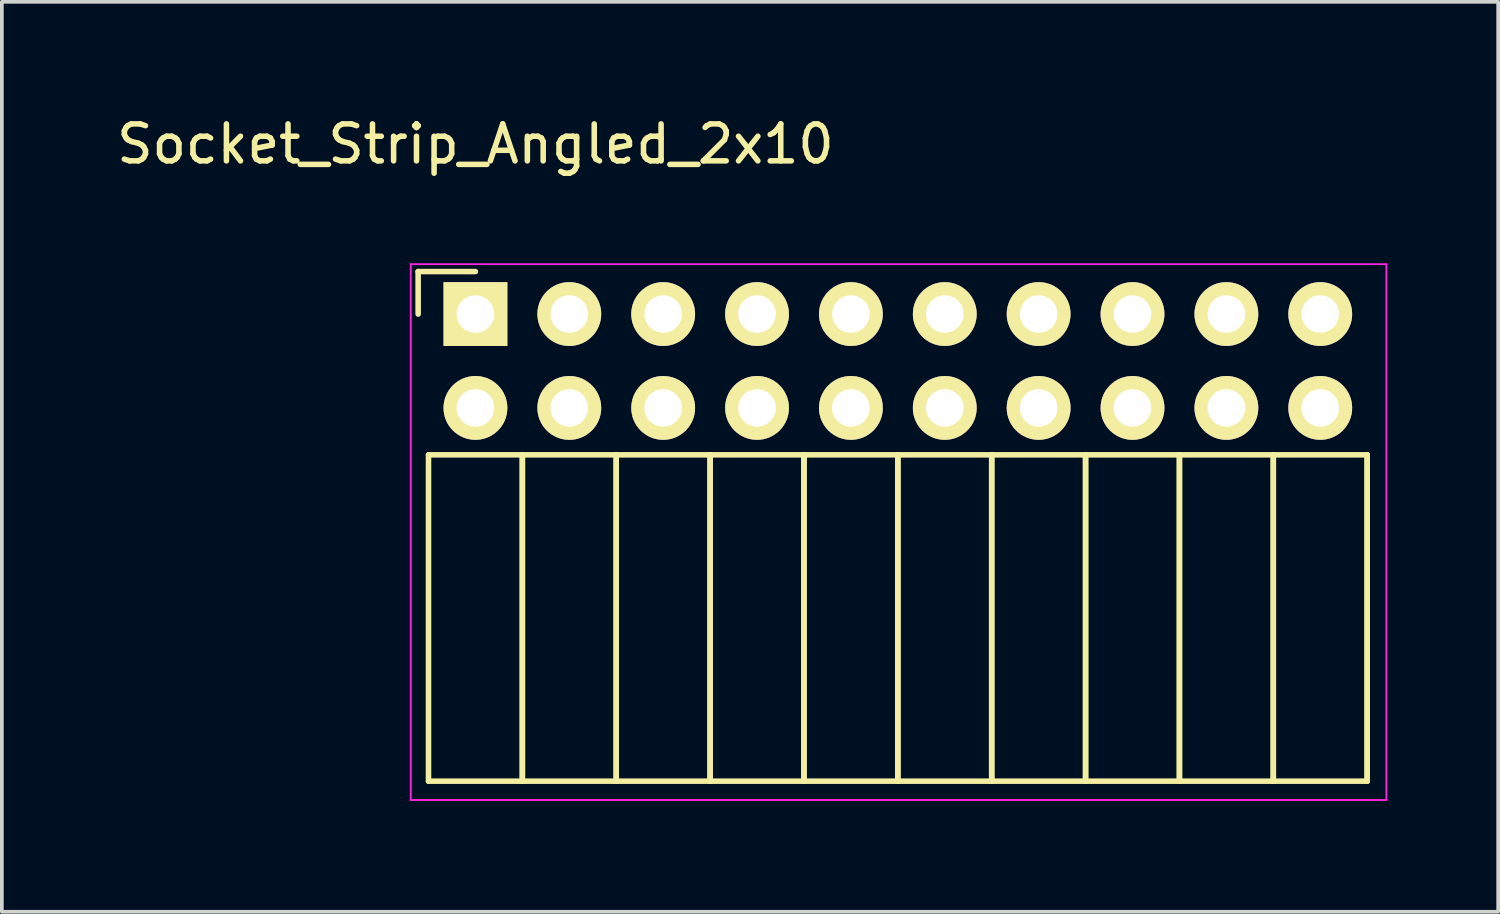
<source format=kicad_pcb>
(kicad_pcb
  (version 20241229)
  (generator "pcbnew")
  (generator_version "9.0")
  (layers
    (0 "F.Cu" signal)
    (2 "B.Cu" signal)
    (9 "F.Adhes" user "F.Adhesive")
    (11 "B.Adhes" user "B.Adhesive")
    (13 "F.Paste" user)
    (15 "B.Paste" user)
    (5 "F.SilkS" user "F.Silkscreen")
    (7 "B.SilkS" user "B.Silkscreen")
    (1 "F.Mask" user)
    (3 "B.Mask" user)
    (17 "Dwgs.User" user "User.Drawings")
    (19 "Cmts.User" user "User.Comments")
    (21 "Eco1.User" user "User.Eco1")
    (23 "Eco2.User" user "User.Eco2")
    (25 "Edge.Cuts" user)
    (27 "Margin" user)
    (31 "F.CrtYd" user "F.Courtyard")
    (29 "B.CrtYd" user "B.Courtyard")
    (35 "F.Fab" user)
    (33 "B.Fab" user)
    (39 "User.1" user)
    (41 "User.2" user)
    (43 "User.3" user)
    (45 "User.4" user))
  (footprint "Socket_Strip_Angled_2x10"
    (layer "F.Cu")
    (at 9.815 5.448)
    (property "Reference" "Socket_Strip_Angled_2x10" (at 0 -4.6 0) (layer "F.SilkS") (effects (font (size 1 1) (thickness 0.15))))
    (attr through_hole)
    (fp_line (start -1.55 -1.15) (end -1.55 0) (stroke (width 0.15) (type solid)) (layer "F.SilkS"))
    (fp_line (start -1.27 3.81) (end -1.27 12.64) (stroke (width 0.15) (type solid)) (layer "F.SilkS"))
    (fp_line (start -1.27 3.81) (end 1.27 3.81) (stroke (width 0.15) (type solid)) (layer "F.SilkS"))
    (fp_line (start -1.27 12.64) (end 1.27 12.64) (stroke (width 0.15) (type solid)) (layer "F.SilkS"))
    (fp_line (start 0 -1.15) (end -1.55 -1.15) (stroke (width 0.15) (type solid)) (layer "F.SilkS"))
    (fp_line (start 1.27 3.81) (end 1.27 12.64) (stroke (width 0.15) (type solid)) (layer "F.SilkS"))
    (fp_line (start 1.27 3.81) (end 3.81 3.81) (stroke (width 0.15) (type solid)) (layer "F.SilkS"))
    (fp_line (start 1.27 12.64) (end 1.27 3.81) (stroke (width 0.15) (type solid)) (layer "F.SilkS"))
    (fp_line (start 1.27 12.64) (end 3.81 12.64) (stroke (width 0.15) (type solid)) (layer "F.SilkS"))
    (fp_line (start 3.81 3.81) (end 3.81 12.64) (stroke (width 0.15) (type solid)) (layer "F.SilkS"))
    (fp_line (start 3.81 3.81) (end 6.35 3.81) (stroke (width 0.15) (type solid)) (layer "F.SilkS"))
    (fp_line (start 3.81 12.64) (end 3.81 3.81) (stroke (width 0.15) (type solid)) (layer "F.SilkS"))
    (fp_line (start 3.81 12.64) (end 6.35 12.64) (stroke (width 0.15) (type solid)) (layer "F.SilkS"))
    (fp_line (start 6.35 3.81) (end 6.35 12.64) (stroke (width 0.15) (type solid)) (layer "F.SilkS"))
    (fp_line (start 6.35 3.81) (end 8.89 3.81) (stroke (width 0.15) (type solid)) (layer "F.SilkS"))
    (fp_line (start 6.35 12.64) (end 6.35 3.81) (stroke (width 0.15) (type solid)) (layer "F.SilkS"))
    (fp_line (start 6.35 12.64) (end 8.89 12.64) (stroke (width 0.15) (type solid)) (layer "F.SilkS"))
    (fp_line (start 8.89 3.81) (end 8.89 12.64) (stroke (width 0.15) (type solid)) (layer "F.SilkS"))
    (fp_line (start 8.89 3.81) (end 11.43 3.81) (stroke (width 0.15) (type solid)) (layer "F.SilkS"))
    (fp_line (start 8.89 12.64) (end 8.89 3.81) (stroke (width 0.15) (type solid)) (layer "F.SilkS"))
    (fp_line (start 8.89 12.64) (end 11.43 12.64) (stroke (width 0.15) (type solid)) (layer "F.SilkS"))
    (fp_line (start 11.43 3.81) (end 11.43 12.64) (stroke (width 0.15) (type solid)) (layer "F.SilkS"))
    (fp_line (start 11.43 3.81) (end 13.97 3.81) (stroke (width 0.15) (type solid)) (layer "F.SilkS"))
    (fp_line (start 11.43 12.64) (end 11.43 3.81) (stroke (width 0.15) (type solid)) (layer "F.SilkS"))
    (fp_line (start 11.43 12.64) (end 13.97 12.64) (stroke (width 0.15) (type solid)) (layer "F.SilkS"))
    (fp_line (start 13.97 3.81) (end 13.97 12.64) (stroke (width 0.15) (type solid)) (layer "F.SilkS"))
    (fp_line (start 13.97 3.81) (end 16.51 3.81) (stroke (width 0.15) (type solid)) (layer "F.SilkS"))
    (fp_line (start 13.97 12.64) (end 13.97 3.81) (stroke (width 0.15) (type solid)) (layer "F.SilkS"))
    (fp_line (start 13.97 12.64) (end 16.51 12.64) (stroke (width 0.15) (type solid)) (layer "F.SilkS"))
    (fp_line (start 16.51 3.81) (end 16.51 12.64) (stroke (width 0.15) (type solid)) (layer "F.SilkS"))
    (fp_line (start 16.51 3.81) (end 19.05 3.81) (stroke (width 0.15) (type solid)) (layer "F.SilkS"))
    (fp_line (start 16.51 12.64) (end 16.51 3.81) (stroke (width 0.15) (type solid)) (layer "F.SilkS"))
    (fp_line (start 16.51 12.64) (end 19.05 12.64) (stroke (width 0.15) (type solid)) (layer "F.SilkS"))
    (fp_line (start 19.05 3.81) (end 19.05 12.64) (stroke (width 0.15) (type solid)) (layer "F.SilkS"))
    (fp_line (start 19.05 3.81) (end 21.59 3.81) (stroke (width 0.15) (type solid)) (layer "F.SilkS"))
    (fp_line (start 19.05 12.64) (end 19.05 3.81) (stroke (width 0.15) (type solid)) (layer "F.SilkS"))
    (fp_line (start 19.05 12.64) (end 21.59 12.64) (stroke (width 0.15) (type solid)) (layer "F.SilkS"))
    (fp_line (start 21.59 3.81) (end 21.59 12.64) (stroke (width 0.15) (type solid)) (layer "F.SilkS"))
    (fp_line (start 21.59 3.81) (end 24.13 3.81) (stroke (width 0.15) (type solid)) (layer "F.SilkS"))
    (fp_line (start 21.59 12.64) (end 21.59 3.81) (stroke (width 0.15) (type solid)) (layer "F.SilkS"))
    (fp_line (start 21.59 12.64) (end 24.13 12.64) (stroke (width 0.15) (type solid)) (layer "F.SilkS"))
    (fp_line (start 24.13 3.81) (end 24.13 12.64) (stroke (width 0.15) (type solid)) (layer "F.SilkS"))
    (fp_line (start 24.13 12.64) (end 24.13 3.81) (stroke (width 0.15) (type solid)) (layer "F.SilkS"))
    (fp_line (start -1.75 -1.35) (end -1.75 13.15) (stroke (width 0.05) (type solid)) (layer "F.CrtYd"))
    (fp_line (start -1.75 -1.35) (end 24.65 -1.35) (stroke (width 0.05) (type solid)) (layer "F.CrtYd"))
    (fp_line (start -1.75 13.15) (end 24.65 13.15) (stroke (width 0.05) (type solid)) (layer "F.CrtYd"))
    (fp_line (start 24.65 -1.35) (end 24.65 13.15) (stroke (width 0.05) (type solid)) (layer "F.CrtYd"))
    (pad "1" thru_hole rect (at 0 0) (size 1.727 1.727) (drill 1.016) (layers "*.Cu" "*.Mask" "F.SilkS"))
    (pad "2" thru_hole oval (at 0 2.54) (size 1.727 1.727) (drill 1.016) (layers "*.Cu" "*.Mask" "F.SilkS"))
    (pad "3" thru_hole oval (at 2.54 0) (size 1.727 1.727) (drill 1.016) (layers "*.Cu" "*.Mask" "F.SilkS"))
    (pad "4" thru_hole oval (at 2.54 2.54) (size 1.727 1.727) (drill 1.016) (layers "*.Cu" "*.Mask" "F.SilkS"))
    (pad "5" thru_hole oval (at 5.08 0) (size 1.727 1.727) (drill 1.016) (layers "*.Cu" "*.Mask" "F.SilkS"))
    (pad "6" thru_hole oval (at 5.08 2.54) (size 1.727 1.727) (drill 1.016) (layers "*.Cu" "*.Mask" "F.SilkS"))
    (pad "7" thru_hole oval (at 7.62 0) (size 1.727 1.727) (drill 1.016) (layers "*.Cu" "*.Mask" "F.SilkS"))
    (pad "8" thru_hole oval (at 7.62 2.54) (size 1.727 1.727) (drill 1.016) (layers "*.Cu" "*.Mask" "F.SilkS"))
    (pad "9" thru_hole oval (at 10.16 0) (size 1.727 1.727) (drill 1.016) (layers "*.Cu" "*.Mask" "F.SilkS"))
    (pad "10" thru_hole oval (at 10.16 2.54) (size 1.727 1.727) (drill 1.016) (layers "*.Cu" "*.Mask" "F.SilkS"))
    (pad "11" thru_hole oval (at 12.7 0) (size 1.727 1.727) (drill 1.016) (layers "*.Cu" "*.Mask" "F.SilkS"))
    (pad "12" thru_hole oval (at 12.7 2.54) (size 1.727 1.727) (drill 1.016) (layers "*.Cu" "*.Mask" "F.SilkS"))
    (pad "13" thru_hole oval (at 15.24 0) (size 1.727 1.727) (drill 1.016) (layers "*.Cu" "*.Mask" "F.SilkS"))
    (pad "14" thru_hole oval (at 15.24 2.54) (size 1.727 1.727) (drill 1.016) (layers "*.Cu" "*.Mask" "F.SilkS"))
    (pad "15" thru_hole oval (at 17.78 0) (size 1.727 1.727) (drill 1.016) (layers "*.Cu" "*.Mask" "F.SilkS"))
    (pad "16" thru_hole oval (at 17.78 2.54) (size 1.727 1.727) (drill 1.016) (layers "*.Cu" "*.Mask" "F.SilkS"))
    (pad "17" thru_hole oval (at 20.32 0) (size 1.727 1.727) (drill 1.016) (layers "*.Cu" "*.Mask" "F.SilkS"))
    (pad "18" thru_hole oval (at 20.32 2.54) (size 1.727 1.727) (drill 1.016) (layers "*.Cu" "*.Mask" "F.SilkS"))
    (pad "19" thru_hole oval (at 22.86 0) (size 1.727 1.727) (drill 1.016) (layers "*.Cu" "*.Mask" "F.SilkS"))
    (pad "20" thru_hole oval (at 22.86 2.54) (size 1.727 1.727) (drill 1.016) (layers "*.Cu" "*.Mask" "F.SilkS")))
  (gr_rect
    (start -3 -3)
    (end 37.49 21.623)
    (stroke (width 0.1) (type default))
    (fill no)
    (layer "Edge.Cuts")))
</source>
